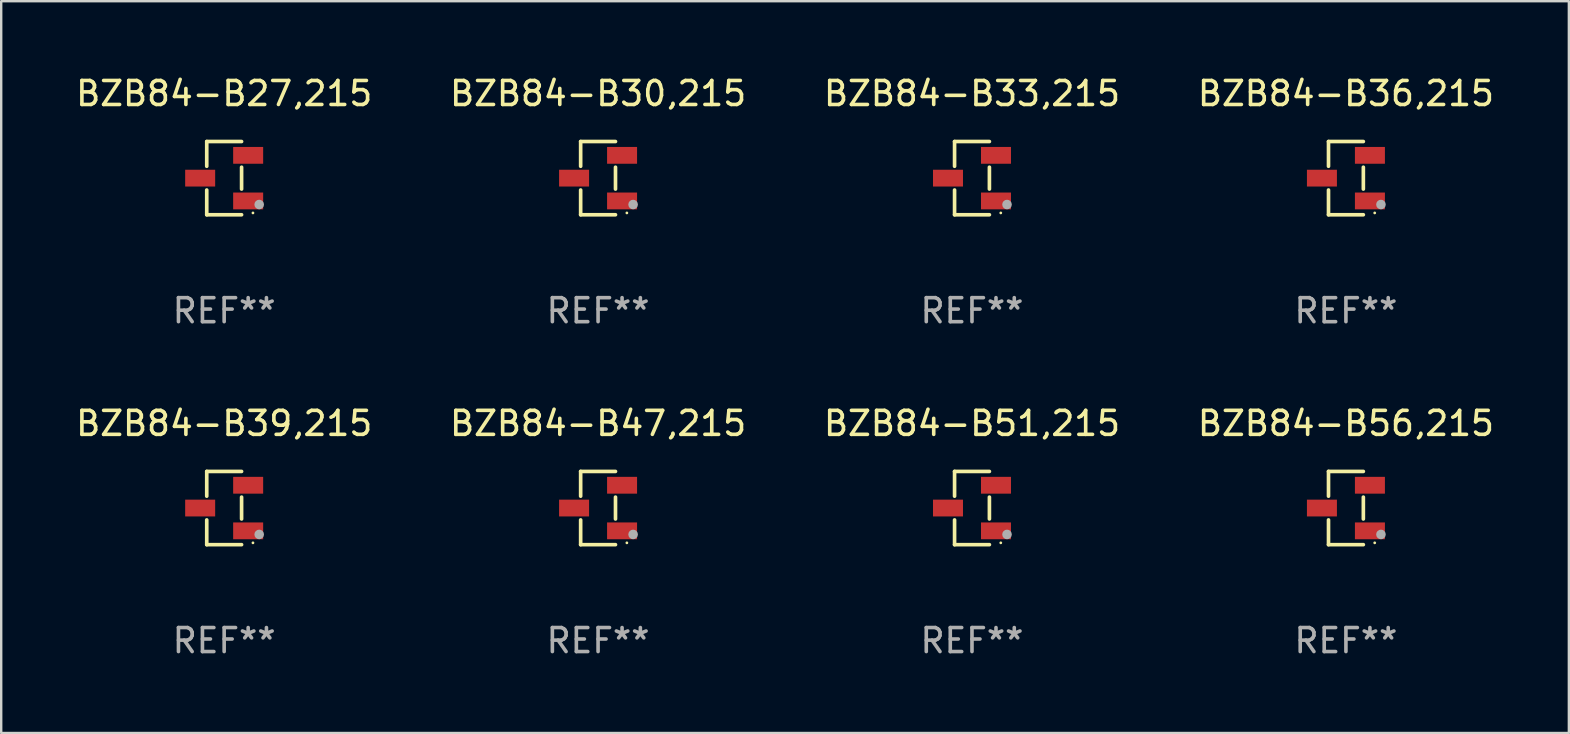
<source format=kicad_pcb>
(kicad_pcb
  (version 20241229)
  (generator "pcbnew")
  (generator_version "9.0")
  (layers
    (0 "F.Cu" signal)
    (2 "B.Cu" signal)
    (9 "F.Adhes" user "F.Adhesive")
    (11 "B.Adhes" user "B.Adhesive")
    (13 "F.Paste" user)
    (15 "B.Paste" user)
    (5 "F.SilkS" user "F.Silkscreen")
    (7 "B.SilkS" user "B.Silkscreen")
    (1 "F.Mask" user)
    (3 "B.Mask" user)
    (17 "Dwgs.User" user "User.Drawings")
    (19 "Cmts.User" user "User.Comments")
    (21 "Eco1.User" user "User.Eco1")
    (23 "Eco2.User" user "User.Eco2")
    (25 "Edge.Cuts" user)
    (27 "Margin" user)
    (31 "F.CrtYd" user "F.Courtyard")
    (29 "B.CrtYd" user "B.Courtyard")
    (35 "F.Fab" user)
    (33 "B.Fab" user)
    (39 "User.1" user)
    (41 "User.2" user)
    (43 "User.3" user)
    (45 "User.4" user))
  (footprint "BZB84-B30,215"
    (layer "F.Cu")
    (at 21.875 4.374)
    (property "Reference" "BZB84-B30,215" (at 0 -3.526 0) (layer "F.SilkS") (effects (font (size 1 1) (thickness 0.15))))
    (attr through_hole)
    (fp_line (start -0.726 -1.526) (end -0.726 -0.495) (stroke (width 0.152) (type solid)) (layer "F.SilkS"))
    (fp_line (start -0.726 1.526) (end -0.726 0.495) (stroke (width 0.152) (type solid)) (layer "F.SilkS"))
    (fp_line (start 0.726 -1.526) (end -0.726 -1.526) (stroke (width 0.152) (type solid)) (layer "F.SilkS"))
    (fp_line (start 0.726 -0.455) (end 0.726 0.455) (stroke (width 0.152) (type solid)) (layer "F.SilkS"))
    (fp_line (start 0.726 1.526) (end -0.726 1.526) (stroke (width 0.152) (type solid)) (layer "F.SilkS"))
    (fp_circle (center 1.2 1.45) (end 1.23 1.45) (stroke (width 0.06) (type solid)) (fill no) (layer "F.SilkS"))
    (fp_circle (center 1.46 1.1) (end 1.56 1.1) (stroke (width 0.2) (type solid)) (fill no) (layer "F.Fab"))
    (fp_text user "REF**" (at 0 5.526 0) (layer "F.Fab") (effects (font (size 1 1) (thickness 0.15))))
    (pad "1" smd rect (at 1 0.95) (size 1.25 0.7) (layers "F.Cu" "F.Mask" "F.Paste"))
    (pad "2" smd rect (at 1 -0.95) (size 1.25 0.7) (layers "F.Cu" "F.Mask" "F.Paste"))
    (pad "3" smd rect (at -1 0) (size 1.25 0.7) (layers "F.Cu" "F.Mask" "F.Paste")))
  (footprint "BZB84-B51,215"
    (layer "F.Cu")
    (at 37.458 18.123)
    (property "Reference" "BZB84-B51,215" (at 0 -3.526 0) (layer "F.SilkS") (effects (font (size 1 1) (thickness 0.15))))
    (attr through_hole)
    (fp_line (start -0.726 -1.526) (end -0.726 -0.495) (stroke (width 0.152) (type solid)) (layer "F.SilkS"))
    (fp_line (start -0.726 1.526) (end -0.726 0.495) (stroke (width 0.152) (type solid)) (layer "F.SilkS"))
    (fp_line (start 0.726 -1.526) (end -0.726 -1.526) (stroke (width 0.152) (type solid)) (layer "F.SilkS"))
    (fp_line (start 0.726 -0.455) (end 0.726 0.455) (stroke (width 0.152) (type solid)) (layer "F.SilkS"))
    (fp_line (start 0.726 1.526) (end -0.726 1.526) (stroke (width 0.152) (type solid)) (layer "F.SilkS"))
    (fp_circle (center 1.2 1.45) (end 1.23 1.45) (stroke (width 0.06) (type solid)) (fill no) (layer "F.SilkS"))
    (fp_circle (center 1.46 1.1) (end 1.56 1.1) (stroke (width 0.2) (type solid)) (fill no) (layer "F.Fab"))
    (fp_text user "REF**" (at 0 5.526 0) (layer "F.Fab") (effects (font (size 1 1) (thickness 0.15))))
    (pad "1" smd rect (at 1 0.95) (size 1.25 0.7) (layers "F.Cu" "F.Mask" "F.Paste"))
    (pad "2" smd rect (at 1 -0.95) (size 1.25 0.7) (layers "F.Cu" "F.Mask" "F.Paste"))
    (pad "3" smd rect (at -1 0) (size 1.25 0.7) (layers "F.Cu" "F.Mask" "F.Paste")))
  (footprint "BZB84-B27,215"
    (layer "F.Cu")
    (at 6.292 4.374)
    (property "Reference" "BZB84-B27,215" (at 0 -3.526 0) (layer "F.SilkS") (effects (font (size 1 1) (thickness 0.15))))
    (attr through_hole)
    (fp_line (start -0.726 -1.526) (end -0.726 -0.495) (stroke (width 0.152) (type solid)) (layer "F.SilkS"))
    (fp_line (start -0.726 1.526) (end -0.726 0.495) (stroke (width 0.152) (type solid)) (layer "F.SilkS"))
    (fp_line (start 0.726 -1.526) (end -0.726 -1.526) (stroke (width 0.152) (type solid)) (layer "F.SilkS"))
    (fp_line (start 0.726 -0.455) (end 0.726 0.455) (stroke (width 0.152) (type solid)) (layer "F.SilkS"))
    (fp_line (start 0.726 1.526) (end -0.726 1.526) (stroke (width 0.152) (type solid)) (layer "F.SilkS"))
    (fp_circle (center 1.2 1.45) (end 1.23 1.45) (stroke (width 0.06) (type solid)) (fill no) (layer "F.SilkS"))
    (fp_circle (center 1.46 1.1) (end 1.56 1.1) (stroke (width 0.2) (type solid)) (fill no) (layer "F.Fab"))
    (fp_text user "REF**" (at 0 5.526 0) (layer "F.Fab") (effects (font (size 1 1) (thickness 0.15))))
    (pad "1" smd rect (at 1 0.95) (size 1.25 0.7) (layers "F.Cu" "F.Mask" "F.Paste"))
    (pad "2" smd rect (at 1 -0.95) (size 1.25 0.7) (layers "F.Cu" "F.Mask" "F.Paste"))
    (pad "3" smd rect (at -1 0) (size 1.25 0.7) (layers "F.Cu" "F.Mask" "F.Paste")))
  (footprint "BZB84-B33,215"
    (layer "F.Cu")
    (at 37.458 4.374)
    (property "Reference" "BZB84-B33,215" (at 0 -3.526 0) (layer "F.SilkS") (effects (font (size 1 1) (thickness 0.15))))
    (attr through_hole)
    (fp_line (start -0.726 -1.526) (end -0.726 -0.495) (stroke (width 0.152) (type solid)) (layer "F.SilkS"))
    (fp_line (start -0.726 1.526) (end -0.726 0.495) (stroke (width 0.152) (type solid)) (layer "F.SilkS"))
    (fp_line (start 0.726 -1.526) (end -0.726 -1.526) (stroke (width 0.152) (type solid)) (layer "F.SilkS"))
    (fp_line (start 0.726 -0.455) (end 0.726 0.455) (stroke (width 0.152) (type solid)) (layer "F.SilkS"))
    (fp_line (start 0.726 1.526) (end -0.726 1.526) (stroke (width 0.152) (type solid)) (layer "F.SilkS"))
    (fp_circle (center 1.2 1.45) (end 1.23 1.45) (stroke (width 0.06) (type solid)) (fill no) (layer "F.SilkS"))
    (fp_circle (center 1.46 1.1) (end 1.56 1.1) (stroke (width 0.2) (type solid)) (fill no) (layer "F.Fab"))
    (fp_text user "REF**" (at 0 5.526 0) (layer "F.Fab") (effects (font (size 1 1) (thickness 0.15))))
    (pad "1" smd rect (at 1 0.95) (size 1.25 0.7) (layers "F.Cu" "F.Mask" "F.Paste"))
    (pad "2" smd rect (at 1 -0.95) (size 1.25 0.7) (layers "F.Cu" "F.Mask" "F.Paste"))
    (pad "3" smd rect (at -1 0) (size 1.25 0.7) (layers "F.Cu" "F.Mask" "F.Paste")))
  (footprint "BZB84-B56,215"
    (layer "F.Cu")
    (at 53.042 18.123)
    (property "Reference" "BZB84-B56,215" (at 0 -3.526 0) (layer "F.SilkS") (effects (font (size 1 1) (thickness 0.15))))
    (attr through_hole)
    (fp_line (start -0.726 -1.526) (end -0.726 -0.495) (stroke (width 0.152) (type solid)) (layer "F.SilkS"))
    (fp_line (start -0.726 1.526) (end -0.726 0.495) (stroke (width 0.152) (type solid)) (layer "F.SilkS"))
    (fp_line (start 0.726 -1.526) (end -0.726 -1.526) (stroke (width 0.152) (type solid)) (layer "F.SilkS"))
    (fp_line (start 0.726 -0.455) (end 0.726 0.455) (stroke (width 0.152) (type solid)) (layer "F.SilkS"))
    (fp_line (start 0.726 1.526) (end -0.726 1.526) (stroke (width 0.152) (type solid)) (layer "F.SilkS"))
    (fp_circle (center 1.2 1.45) (end 1.23 1.45) (stroke (width 0.06) (type solid)) (fill no) (layer "F.SilkS"))
    (fp_circle (center 1.46 1.1) (end 1.56 1.1) (stroke (width 0.2) (type solid)) (fill no) (layer "F.Fab"))
    (fp_text user "REF**" (at 0 5.526 0) (layer "F.Fab") (effects (font (size 1 1) (thickness 0.15))))
    (pad "1" smd rect (at 1 0.95) (size 1.25 0.7) (layers "F.Cu" "F.Mask" "F.Paste"))
    (pad "2" smd rect (at 1 -0.95) (size 1.25 0.7) (layers "F.Cu" "F.Mask" "F.Paste"))
    (pad "3" smd rect (at -1 0) (size 1.25 0.7) (layers "F.Cu" "F.Mask" "F.Paste")))
  (footprint "BZB84-B39,215"
    (layer "F.Cu")
    (at 6.292 18.123)
    (property "Reference" "BZB84-B39,215" (at 0 -3.526 0) (layer "F.SilkS") (effects (font (size 1 1) (thickness 0.15))))
    (attr through_hole)
    (fp_line (start -0.726 -1.526) (end -0.726 -0.495) (stroke (width 0.152) (type solid)) (layer "F.SilkS"))
    (fp_line (start -0.726 1.526) (end -0.726 0.495) (stroke (width 0.152) (type solid)) (layer "F.SilkS"))
    (fp_line (start 0.726 -1.526) (end -0.726 -1.526) (stroke (width 0.152) (type solid)) (layer "F.SilkS"))
    (fp_line (start 0.726 -0.455) (end 0.726 0.455) (stroke (width 0.152) (type solid)) (layer "F.SilkS"))
    (fp_line (start 0.726 1.526) (end -0.726 1.526) (stroke (width 0.152) (type solid)) (layer "F.SilkS"))
    (fp_circle (center 1.2 1.45) (end 1.23 1.45) (stroke (width 0.06) (type solid)) (fill no) (layer "F.SilkS"))
    (fp_circle (center 1.46 1.1) (end 1.56 1.1) (stroke (width 0.2) (type solid)) (fill no) (layer "F.Fab"))
    (fp_text user "REF**" (at 0 5.526 0) (layer "F.Fab") (effects (font (size 1 1) (thickness 0.15))))
    (pad "1" smd rect (at 1 0.95) (size 1.25 0.7) (layers "F.Cu" "F.Mask" "F.Paste"))
    (pad "2" smd rect (at 1 -0.95) (size 1.25 0.7) (layers "F.Cu" "F.Mask" "F.Paste"))
    (pad "3" smd rect (at -1 0) (size 1.25 0.7) (layers "F.Cu" "F.Mask" "F.Paste")))
  (footprint "BZB84-B36,215"
    (layer "F.Cu")
    (at 53.042 4.374)
    (property "Reference" "BZB84-B36,215" (at 0 -3.526 0) (layer "F.SilkS") (effects (font (size 1 1) (thickness 0.15))))
    (attr through_hole)
    (fp_line (start -0.726 -1.526) (end -0.726 -0.495) (stroke (width 0.152) (type solid)) (layer "F.SilkS"))
    (fp_line (start -0.726 1.526) (end -0.726 0.495) (stroke (width 0.152) (type solid)) (layer "F.SilkS"))
    (fp_line (start 0.726 -1.526) (end -0.726 -1.526) (stroke (width 0.152) (type solid)) (layer "F.SilkS"))
    (fp_line (start 0.726 -0.455) (end 0.726 0.455) (stroke (width 0.152) (type solid)) (layer "F.SilkS"))
    (fp_line (start 0.726 1.526) (end -0.726 1.526) (stroke (width 0.152) (type solid)) (layer "F.SilkS"))
    (fp_circle (center 1.2 1.45) (end 1.23 1.45) (stroke (width 0.06) (type solid)) (fill no) (layer "F.SilkS"))
    (fp_circle (center 1.46 1.1) (end 1.56 1.1) (stroke (width 0.2) (type solid)) (fill no) (layer "F.Fab"))
    (fp_text user "REF**" (at 0 5.526 0) (layer "F.Fab") (effects (font (size 1 1) (thickness 0.15))))
    (pad "1" smd rect (at 1 0.95) (size 1.25 0.7) (layers "F.Cu" "F.Mask" "F.Paste"))
    (pad "2" smd rect (at 1 -0.95) (size 1.25 0.7) (layers "F.Cu" "F.Mask" "F.Paste"))
    (pad "3" smd rect (at -1 0) (size 1.25 0.7) (layers "F.Cu" "F.Mask" "F.Paste")))
  (footprint "BZB84-B47,215"
    (layer "F.Cu")
    (at 21.875 18.123)
    (property "Reference" "BZB84-B47,215" (at 0 -3.526 0) (layer "F.SilkS") (effects (font (size 1 1) (thickness 0.15))))
    (attr through_hole)
    (fp_line (start -0.726 -1.526) (end -0.726 -0.495) (stroke (width 0.152) (type solid)) (layer "F.SilkS"))
    (fp_line (start -0.726 1.526) (end -0.726 0.495) (stroke (width 0.152) (type solid)) (layer "F.SilkS"))
    (fp_line (start 0.726 -1.526) (end -0.726 -1.526) (stroke (width 0.152) (type solid)) (layer "F.SilkS"))
    (fp_line (start 0.726 -0.455) (end 0.726 0.455) (stroke (width 0.152) (type solid)) (layer "F.SilkS"))
    (fp_line (start 0.726 1.526) (end -0.726 1.526) (stroke (width 0.152) (type solid)) (layer "F.SilkS"))
    (fp_circle (center 1.2 1.45) (end 1.23 1.45) (stroke (width 0.06) (type solid)) (fill no) (layer "F.SilkS"))
    (fp_circle (center 1.46 1.1) (end 1.56 1.1) (stroke (width 0.2) (type solid)) (fill no) (layer "F.Fab"))
    (fp_text user "REF**" (at 0 5.526 0) (layer "F.Fab") (effects (font (size 1 1) (thickness 0.15))))
    (pad "1" smd rect (at 1 0.95) (size 1.25 0.7) (layers "F.Cu" "F.Mask" "F.Paste"))
    (pad "2" smd rect (at 1 -0.95) (size 1.25 0.7) (layers "F.Cu" "F.Mask" "F.Paste"))
    (pad "3" smd rect (at -1 0) (size 1.25 0.7) (layers "F.Cu" "F.Mask" "F.Paste")))
  (gr_rect
    (start -3 -3)
    (end 62.333 27.498)
    (stroke (width 0.1) (type default))
    (fill no)
    (layer "Edge.Cuts")))
</source>
